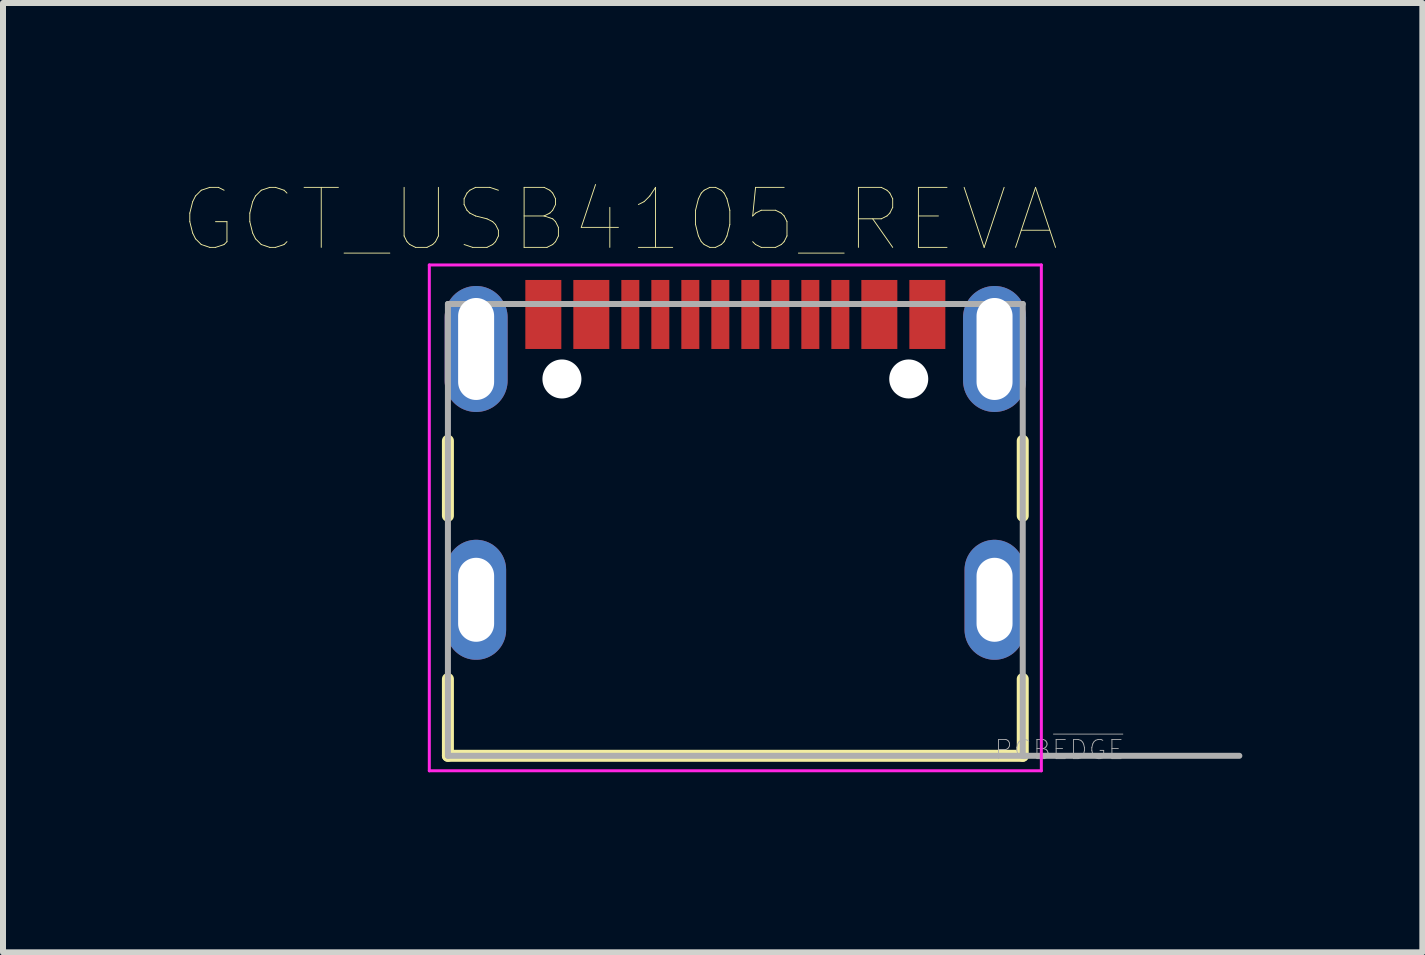
<source format=kicad_pcb>
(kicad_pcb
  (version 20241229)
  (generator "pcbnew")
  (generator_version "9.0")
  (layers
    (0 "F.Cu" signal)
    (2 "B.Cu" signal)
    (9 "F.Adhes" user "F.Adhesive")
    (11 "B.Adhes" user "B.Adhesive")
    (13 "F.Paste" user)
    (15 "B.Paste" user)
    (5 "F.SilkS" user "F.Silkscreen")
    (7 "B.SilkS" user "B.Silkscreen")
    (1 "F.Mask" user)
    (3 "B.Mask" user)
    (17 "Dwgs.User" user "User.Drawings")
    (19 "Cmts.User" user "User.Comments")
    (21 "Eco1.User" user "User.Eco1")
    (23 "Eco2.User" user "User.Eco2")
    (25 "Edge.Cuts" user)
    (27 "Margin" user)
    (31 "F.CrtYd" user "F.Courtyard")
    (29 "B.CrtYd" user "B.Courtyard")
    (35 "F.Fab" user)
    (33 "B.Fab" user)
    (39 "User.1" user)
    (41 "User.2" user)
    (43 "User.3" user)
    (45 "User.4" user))
  (footprint "GCT_USB4105_REVA"
    (layer "F.Cu")
    (at 9.205 6.946)
    (property "Reference" "GCT_USB4105_REVA" (at -1.925 -6.335 0) (layer "F.SilkS") (effects (font (size 1 1) (thickness 0.015))))
    (attr through_hole)
    (fp_line (start -4.79 -2.65) (end -4.79 -1.4) (stroke (width 0.2) (type solid)) (layer "F.SilkS"))
    (fp_line (start -4.79 1.32) (end -4.79 2.6) (stroke (width 0.2) (type solid)) (layer "F.SilkS"))
    (fp_line (start -4.79 2.6) (end 4.79 2.6) (stroke (width 0.2) (type solid)) (layer "F.SilkS"))
    (fp_line (start 4.79 -2.65) (end 4.79 -1.4) (stroke (width 0.2) (type solid)) (layer "F.SilkS"))
    (fp_line (start 4.79 2.6) (end 4.79 1.32) (stroke (width 0.2) (type solid)) (layer "F.SilkS"))
    (fp_line (start -5.1 -5.58) (end -5.1 2.85) (stroke (width 0.05) (type solid)) (layer "F.CrtYd"))
    (fp_line (start -5.1 2.85) (end 5.1 2.85) (stroke (width 0.05) (type solid)) (layer "F.CrtYd"))
    (fp_line (start 5.1 -5.58) (end -5.1 -5.58) (stroke (width 0.05) (type solid)) (layer "F.CrtYd"))
    (fp_line (start 5.1 2.85) (end 5.1 -5.58) (stroke (width 0.05) (type solid)) (layer "F.CrtYd"))
    (fp_line (start -4.79 -4.93) (end 4.79 -4.93) (stroke (width 0.1) (type solid)) (layer "F.Fab"))
    (fp_line (start -4.79 2.6) (end -4.79 -4.93) (stroke (width 0.1) (type solid)) (layer "F.Fab"))
    (fp_line (start 4.79 -4.93) (end 4.79 2.6) (stroke (width 0.1) (type solid)) (layer "F.Fab"))
    (fp_line (start 4.79 2.6) (end -4.79 2.6) (stroke (width 0.1) (type solid)) (layer "F.Fab"))
    (fp_line (start 4.8 2.6) (end 8.4 2.6) (stroke (width 0.1) (type solid)) (layer "F.Fab"))
    (fp_text user "PCB~{EDGE}" (at 5.4 2.5 0) (layer "F.Fab") (effects (font (size 0.32 0.32) (thickness 0.015))))
    (pad "" np_thru_hole circle (at -2.89 -3.68) (size 0.65 0.65) (drill 0.65) (layers "*.Cu" "*.Mask"))
    (pad "" np_thru_hole circle (at 2.89 -3.68) (size 0.65 0.65) (drill 0.65) (layers "*.Cu" "*.Mask"))
    (pad "A1/B12" smd rect (at -3.2 -4.755) (size 0.6 1.15) (layers "F.Cu" "F.Mask" "F.Paste"))
    (pad "A4/B9" smd rect (at -2.4 -4.755) (size 0.6 1.15) (layers "F.Cu" "F.Mask" "F.Paste"))
    (pad "A5" smd rect (at -1.25 -4.755) (size 0.3 1.15) (layers "F.Cu" "F.Mask" "F.Paste"))
    (pad "A6" smd rect (at -0.25 -4.755) (size 0.3 1.15) (layers "F.Cu" "F.Mask" "F.Paste"))
    (pad "A7" smd rect (at 0.25 -4.755) (size 0.3 1.15) (layers "F.Cu" "F.Mask" "F.Paste"))
    (pad "A8" smd rect (at 1.25 -4.755) (size 0.3 1.15) (layers "F.Cu" "F.Mask" "F.Paste"))
    (pad "B1/A12" smd rect (at 3.2 -4.755) (size 0.6 1.15) (layers "F.Cu" "F.Mask" "F.Paste"))
    (pad "B4/A9" smd rect (at 2.4 -4.755) (size 0.6 1.15) (layers "F.Cu" "F.Mask" "F.Paste"))
    (pad "B5" smd rect (at 1.75 -4.755) (size 0.3 1.15) (layers "F.Cu" "F.Mask" "F.Paste"))
    (pad "B6" smd rect (at 0.75 -4.755) (size 0.3 1.15) (layers "F.Cu" "F.Mask" "F.Paste"))
    (pad "B7" smd rect (at -0.75 -4.755) (size 0.3 1.15) (layers "F.Cu" "F.Mask" "F.Paste"))
    (pad "B8" smd rect (at -1.75 -4.755) (size 0.3 1.15) (layers "F.Cu" "F.Mask" "F.Paste"))
    (pad "G1" thru_hole oval (at -4.32 0) (size 1 2) (drill oval 0.6 1.4) (layers "*.Cu" "*.Mask"))
    (pad "G2" thru_hole oval (at 4.32 0) (size 1 2) (drill oval 0.6 1.4) (layers "*.Cu" "*.Mask"))
    (pad "G3" thru_hole oval (at -4.32 -4.18) (size 1.05 2.1) (drill oval 0.6 1.7) (layers "*.Cu" "*.Mask"))
    (pad "G4" thru_hole oval (at 4.32 -4.18) (size 1.05 2.1) (drill oval 0.6 1.7) (layers "*.Cu" "*.Mask")))
  (gr_rect
    (start -3 -3)
    (end 20.655 12.821)
    (stroke (width 0.1) (type default))
    (fill no)
    (layer "Edge.Cuts")))
</source>
